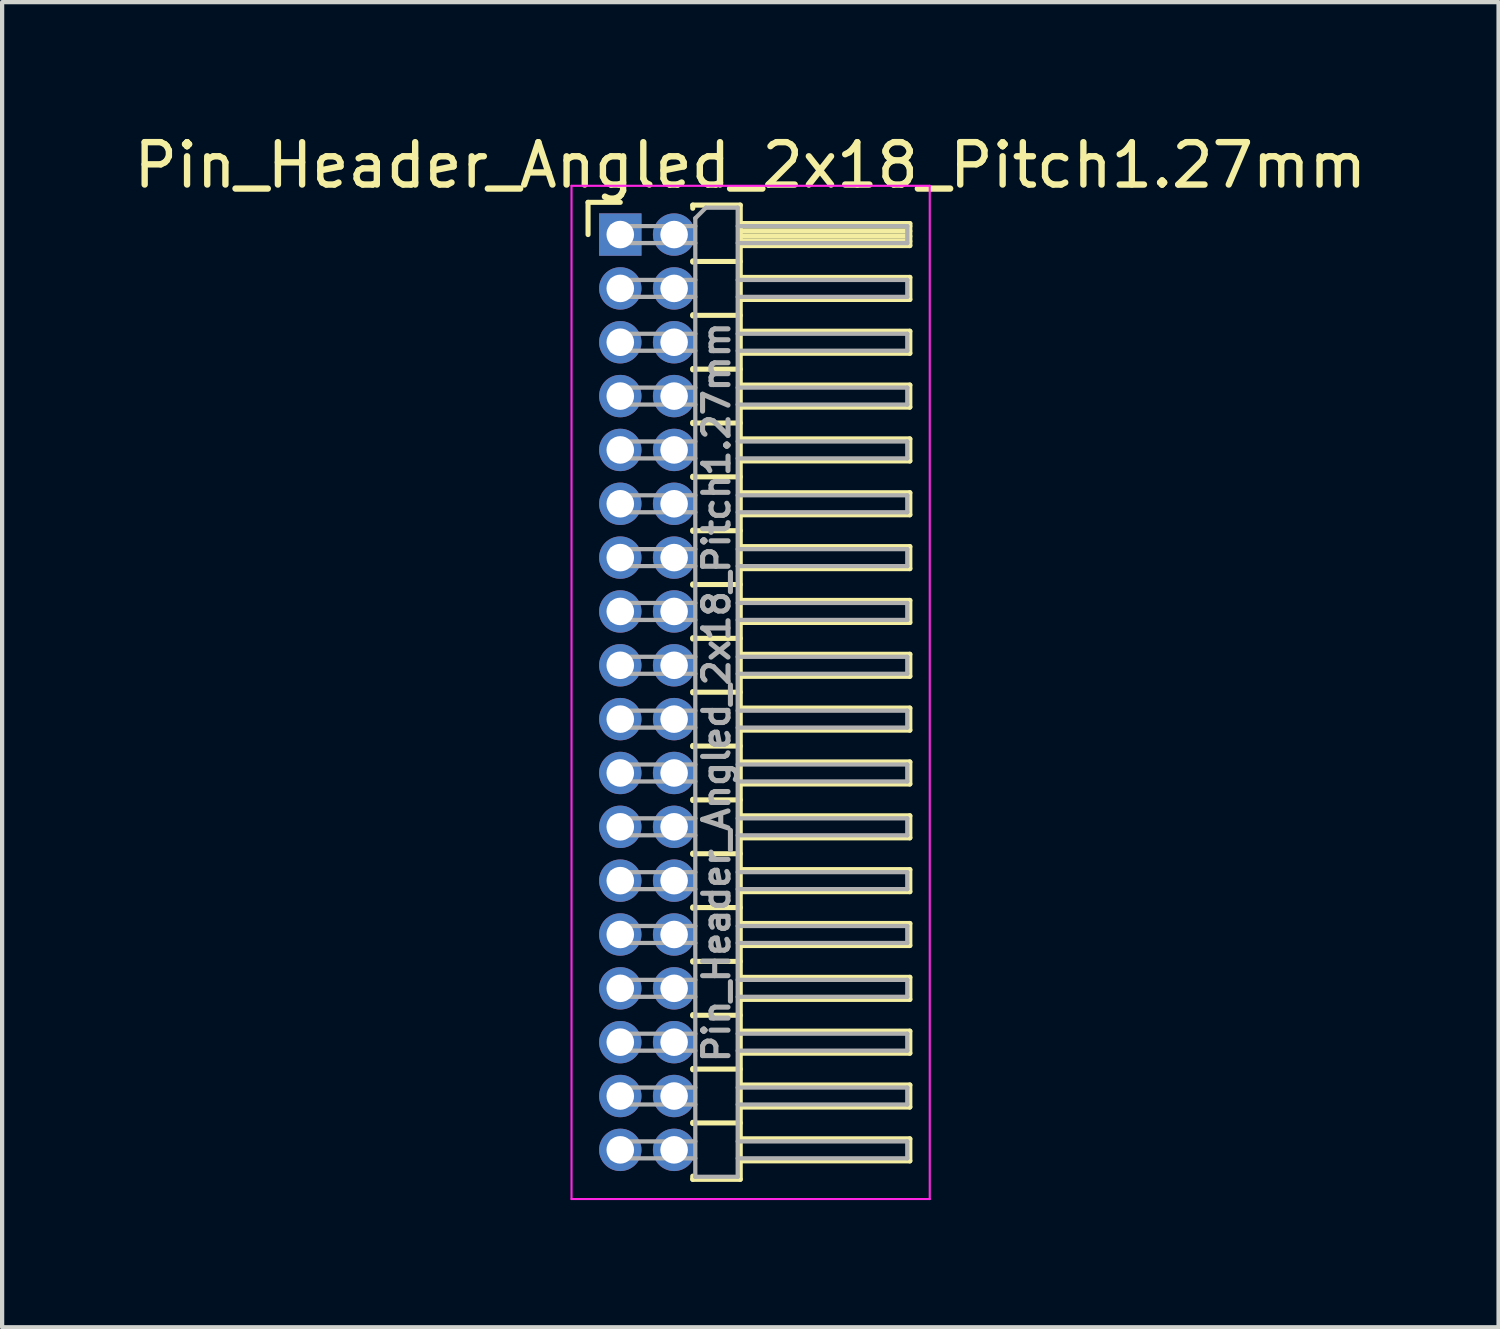
<source format=kicad_pcb>
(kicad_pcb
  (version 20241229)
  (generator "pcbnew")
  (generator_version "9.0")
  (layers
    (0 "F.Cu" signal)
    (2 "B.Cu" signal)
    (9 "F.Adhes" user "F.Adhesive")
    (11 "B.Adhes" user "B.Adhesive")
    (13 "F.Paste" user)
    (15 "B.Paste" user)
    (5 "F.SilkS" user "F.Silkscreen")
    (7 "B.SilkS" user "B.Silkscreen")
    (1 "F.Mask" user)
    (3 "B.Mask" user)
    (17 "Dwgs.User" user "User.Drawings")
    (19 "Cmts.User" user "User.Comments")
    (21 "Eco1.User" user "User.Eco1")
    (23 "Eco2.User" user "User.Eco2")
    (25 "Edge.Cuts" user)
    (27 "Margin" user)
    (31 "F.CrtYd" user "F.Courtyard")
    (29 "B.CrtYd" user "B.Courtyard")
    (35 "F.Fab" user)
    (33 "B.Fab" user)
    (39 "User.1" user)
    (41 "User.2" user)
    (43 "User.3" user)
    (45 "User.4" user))
  (footprint "Pin_Header_Angled_2x18_Pitch1.27mm"
    (layer "F.Cu")
    (at 11.581 2.483)
    (property "Reference" "Pin_Header_Angled_2x18_Pitch1.27mm" (at 3.067 -1.635 0) (layer "F.SilkS") (effects (font (size 1 1) (thickness 0.15))))
    (attr through_hole)
    (fp_line (start -0.76 -0.76) (end 0 -0.76) (stroke (width 0.12) (type solid)) (layer "F.SilkS"))
    (fp_line (start -0.76 0) (end -0.76 -0.76) (stroke (width 0.12) (type solid)) (layer "F.SilkS"))
    (fp_line (start 1.71 -0.695) (end 2.83 -0.695) (stroke (width 0.12) (type solid)) (layer "F.SilkS"))
    (fp_line (start 1.71 -0.62) (end 1.71 -0.695) (stroke (width 0.12) (type solid)) (layer "F.SilkS"))
    (fp_line (start 1.71 0.62) (end 1.71 0.65) (stroke (width 0.12) (type solid)) (layer "F.SilkS"))
    (fp_line (start 1.71 0.635) (end 2.83 0.635) (stroke (width 0.12) (type solid)) (layer "F.SilkS"))
    (fp_line (start 1.71 1.89) (end 1.71 1.92) (stroke (width 0.12) (type solid)) (layer "F.SilkS"))
    (fp_line (start 1.71 1.905) (end 2.83 1.905) (stroke (width 0.12) (type solid)) (layer "F.SilkS"))
    (fp_line (start 1.71 3.16) (end 1.71 3.19) (stroke (width 0.12) (type solid)) (layer "F.SilkS"))
    (fp_line (start 1.71 3.175) (end 2.83 3.175) (stroke (width 0.12) (type solid)) (layer "F.SilkS"))
    (fp_line (start 1.71 4.43) (end 1.71 4.46) (stroke (width 0.12) (type solid)) (layer "F.SilkS"))
    (fp_line (start 1.71 4.445) (end 2.83 4.445) (stroke (width 0.12) (type solid)) (layer "F.SilkS"))
    (fp_line (start 1.71 5.7) (end 1.71 5.73) (stroke (width 0.12) (type solid)) (layer "F.SilkS"))
    (fp_line (start 1.71 5.715) (end 2.83 5.715) (stroke (width 0.12) (type solid)) (layer "F.SilkS"))
    (fp_line (start 1.71 6.97) (end 1.71 7) (stroke (width 0.12) (type solid)) (layer "F.SilkS"))
    (fp_line (start 1.71 6.985) (end 2.83 6.985) (stroke (width 0.12) (type solid)) (layer "F.SilkS"))
    (fp_line (start 1.71 8.24) (end 1.71 8.27) (stroke (width 0.12) (type solid)) (layer "F.SilkS"))
    (fp_line (start 1.71 8.255) (end 2.83 8.255) (stroke (width 0.12) (type solid)) (layer "F.SilkS"))
    (fp_line (start 1.71 9.51) (end 1.71 9.54) (stroke (width 0.12) (type solid)) (layer "F.SilkS"))
    (fp_line (start 1.71 9.525) (end 2.83 9.525) (stroke (width 0.12) (type solid)) (layer "F.SilkS"))
    (fp_line (start 1.71 10.78) (end 1.71 10.81) (stroke (width 0.12) (type solid)) (layer "F.SilkS"))
    (fp_line (start 1.71 10.795) (end 2.83 10.795) (stroke (width 0.12) (type solid)) (layer "F.SilkS"))
    (fp_line (start 1.71 12.05) (end 1.71 12.08) (stroke (width 0.12) (type solid)) (layer "F.SilkS"))
    (fp_line (start 1.71 12.065) (end 2.83 12.065) (stroke (width 0.12) (type solid)) (layer "F.SilkS"))
    (fp_line (start 1.71 13.32) (end 1.71 13.35) (stroke (width 0.12) (type solid)) (layer "F.SilkS"))
    (fp_line (start 1.71 13.335) (end 2.83 13.335) (stroke (width 0.12) (type solid)) (layer "F.SilkS"))
    (fp_line (start 1.71 14.59) (end 1.71 14.62) (stroke (width 0.12) (type solid)) (layer "F.SilkS"))
    (fp_line (start 1.71 14.605) (end 2.83 14.605) (stroke (width 0.12) (type solid)) (layer "F.SilkS"))
    (fp_line (start 1.71 15.86) (end 1.71 15.89) (stroke (width 0.12) (type solid)) (layer "F.SilkS"))
    (fp_line (start 1.71 15.875) (end 2.83 15.875) (stroke (width 0.12) (type solid)) (layer "F.SilkS"))
    (fp_line (start 1.71 17.13) (end 1.71 17.16) (stroke (width 0.12) (type solid)) (layer "F.SilkS"))
    (fp_line (start 1.71 17.145) (end 2.83 17.145) (stroke (width 0.12) (type solid)) (layer "F.SilkS"))
    (fp_line (start 1.71 18.4) (end 1.71 18.43) (stroke (width 0.12) (type solid)) (layer "F.SilkS"))
    (fp_line (start 1.71 18.415) (end 2.83 18.415) (stroke (width 0.12) (type solid)) (layer "F.SilkS"))
    (fp_line (start 1.71 19.67) (end 1.71 19.7) (stroke (width 0.12) (type solid)) (layer "F.SilkS"))
    (fp_line (start 1.71 19.685) (end 2.83 19.685) (stroke (width 0.12) (type solid)) (layer "F.SilkS"))
    (fp_line (start 1.71 20.94) (end 1.71 20.97) (stroke (width 0.12) (type solid)) (layer "F.SilkS"))
    (fp_line (start 1.71 20.955) (end 2.83 20.955) (stroke (width 0.12) (type solid)) (layer "F.SilkS"))
    (fp_line (start 1.71 22.285) (end 1.71 22.21) (stroke (width 0.12) (type solid)) (layer "F.SilkS"))
    (fp_line (start 2.83 -0.695) (end 2.83 22.285) (stroke (width 0.12) (type solid)) (layer "F.SilkS"))
    (fp_line (start 2.83 -0.26) (end 6.83 -0.26) (stroke (width 0.12) (type solid)) (layer "F.SilkS"))
    (fp_line (start 2.83 -0.2) (end 6.83 -0.2) (stroke (width 0.12) (type solid)) (layer "F.SilkS"))
    (fp_line (start 2.83 -0.08) (end 6.83 -0.08) (stroke (width 0.12) (type solid)) (layer "F.SilkS"))
    (fp_line (start 2.83 0.04) (end 6.83 0.04) (stroke (width 0.12) (type solid)) (layer "F.SilkS"))
    (fp_line (start 2.83 0.16) (end 6.83 0.16) (stroke (width 0.12) (type solid)) (layer "F.SilkS"))
    (fp_line (start 2.83 1.01) (end 6.83 1.01) (stroke (width 0.12) (type solid)) (layer "F.SilkS"))
    (fp_line (start 2.83 2.28) (end 6.83 2.28) (stroke (width 0.12) (type solid)) (layer "F.SilkS"))
    (fp_line (start 2.83 3.55) (end 6.83 3.55) (stroke (width 0.12) (type solid)) (layer "F.SilkS"))
    (fp_line (start 2.83 4.82) (end 6.83 4.82) (stroke (width 0.12) (type solid)) (layer "F.SilkS"))
    (fp_line (start 2.83 6.09) (end 6.83 6.09) (stroke (width 0.12) (type solid)) (layer "F.SilkS"))
    (fp_line (start 2.83 7.36) (end 6.83 7.36) (stroke (width 0.12) (type solid)) (layer "F.SilkS"))
    (fp_line (start 2.83 8.63) (end 6.83 8.63) (stroke (width 0.12) (type solid)) (layer "F.SilkS"))
    (fp_line (start 2.83 9.9) (end 6.83 9.9) (stroke (width 0.12) (type solid)) (layer "F.SilkS"))
    (fp_line (start 2.83 11.17) (end 6.83 11.17) (stroke (width 0.12) (type solid)) (layer "F.SilkS"))
    (fp_line (start 2.83 12.44) (end 6.83 12.44) (stroke (width 0.12) (type solid)) (layer "F.SilkS"))
    (fp_line (start 2.83 13.71) (end 6.83 13.71) (stroke (width 0.12) (type solid)) (layer "F.SilkS"))
    (fp_line (start 2.83 14.98) (end 6.83 14.98) (stroke (width 0.12) (type solid)) (layer "F.SilkS"))
    (fp_line (start 2.83 16.25) (end 6.83 16.25) (stroke (width 0.12) (type solid)) (layer "F.SilkS"))
    (fp_line (start 2.83 17.52) (end 6.83 17.52) (stroke (width 0.12) (type solid)) (layer "F.SilkS"))
    (fp_line (start 2.83 18.79) (end 6.83 18.79) (stroke (width 0.12) (type solid)) (layer "F.SilkS"))
    (fp_line (start 2.83 20.06) (end 6.83 20.06) (stroke (width 0.12) (type solid)) (layer "F.SilkS"))
    (fp_line (start 2.83 21.33) (end 6.83 21.33) (stroke (width 0.12) (type solid)) (layer "F.SilkS"))
    (fp_line (start 2.83 22.285) (end 1.71 22.285) (stroke (width 0.12) (type solid)) (layer "F.SilkS"))
    (fp_line (start 6.83 -0.26) (end 6.83 0.26) (stroke (width 0.12) (type solid)) (layer "F.SilkS"))
    (fp_line (start 6.83 0.26) (end 2.83 0.26) (stroke (width 0.12) (type solid)) (layer "F.SilkS"))
    (fp_line (start 6.83 1.01) (end 6.83 1.53) (stroke (width 0.12) (type solid)) (layer "F.SilkS"))
    (fp_line (start 6.83 1.53) (end 2.83 1.53) (stroke (width 0.12) (type solid)) (layer "F.SilkS"))
    (fp_line (start 6.83 2.28) (end 6.83 2.8) (stroke (width 0.12) (type solid)) (layer "F.SilkS"))
    (fp_line (start 6.83 2.8) (end 2.83 2.8) (stroke (width 0.12) (type solid)) (layer "F.SilkS"))
    (fp_line (start 6.83 3.55) (end 6.83 4.07) (stroke (width 0.12) (type solid)) (layer "F.SilkS"))
    (fp_line (start 6.83 4.07) (end 2.83 4.07) (stroke (width 0.12) (type solid)) (layer "F.SilkS"))
    (fp_line (start 6.83 4.82) (end 6.83 5.34) (stroke (width 0.12) (type solid)) (layer "F.SilkS"))
    (fp_line (start 6.83 5.34) (end 2.83 5.34) (stroke (width 0.12) (type solid)) (layer "F.SilkS"))
    (fp_line (start 6.83 6.09) (end 6.83 6.61) (stroke (width 0.12) (type solid)) (layer "F.SilkS"))
    (fp_line (start 6.83 6.61) (end 2.83 6.61) (stroke (width 0.12) (type solid)) (layer "F.SilkS"))
    (fp_line (start 6.83 7.36) (end 6.83 7.88) (stroke (width 0.12) (type solid)) (layer "F.SilkS"))
    (fp_line (start 6.83 7.88) (end 2.83 7.88) (stroke (width 0.12) (type solid)) (layer "F.SilkS"))
    (fp_line (start 6.83 8.63) (end 6.83 9.15) (stroke (width 0.12) (type solid)) (layer "F.SilkS"))
    (fp_line (start 6.83 9.15) (end 2.83 9.15) (stroke (width 0.12) (type solid)) (layer "F.SilkS"))
    (fp_line (start 6.83 9.9) (end 6.83 10.42) (stroke (width 0.12) (type solid)) (layer "F.SilkS"))
    (fp_line (start 6.83 10.42) (end 2.83 10.42) (stroke (width 0.12) (type solid)) (layer "F.SilkS"))
    (fp_line (start 6.83 11.17) (end 6.83 11.69) (stroke (width 0.12) (type solid)) (layer "F.SilkS"))
    (fp_line (start 6.83 11.69) (end 2.83 11.69) (stroke (width 0.12) (type solid)) (layer "F.SilkS"))
    (fp_line (start 6.83 12.44) (end 6.83 12.96) (stroke (width 0.12) (type solid)) (layer "F.SilkS"))
    (fp_line (start 6.83 12.96) (end 2.83 12.96) (stroke (width 0.12) (type solid)) (layer "F.SilkS"))
    (fp_line (start 6.83 13.71) (end 6.83 14.23) (stroke (width 0.12) (type solid)) (layer "F.SilkS"))
    (fp_line (start 6.83 14.23) (end 2.83 14.23) (stroke (width 0.12) (type solid)) (layer "F.SilkS"))
    (fp_line (start 6.83 14.98) (end 6.83 15.5) (stroke (width 0.12) (type solid)) (layer "F.SilkS"))
    (fp_line (start 6.83 15.5) (end 2.83 15.5) (stroke (width 0.12) (type solid)) (layer "F.SilkS"))
    (fp_line (start 6.83 16.25) (end 6.83 16.77) (stroke (width 0.12) (type solid)) (layer "F.SilkS"))
    (fp_line (start 6.83 16.77) (end 2.83 16.77) (stroke (width 0.12) (type solid)) (layer "F.SilkS"))
    (fp_line (start 6.83 17.52) (end 6.83 18.04) (stroke (width 0.12) (type solid)) (layer "F.SilkS"))
    (fp_line (start 6.83 18.04) (end 2.83 18.04) (stroke (width 0.12) (type solid)) (layer "F.SilkS"))
    (fp_line (start 6.83 18.79) (end 6.83 19.31) (stroke (width 0.12) (type solid)) (layer "F.SilkS"))
    (fp_line (start 6.83 19.31) (end 2.83 19.31) (stroke (width 0.12) (type solid)) (layer "F.SilkS"))
    (fp_line (start 6.83 20.06) (end 6.83 20.58) (stroke (width 0.12) (type solid)) (layer "F.SilkS"))
    (fp_line (start 6.83 20.58) (end 2.83 20.58) (stroke (width 0.12) (type solid)) (layer "F.SilkS"))
    (fp_line (start 6.83 21.33) (end 6.83 21.85) (stroke (width 0.12) (type solid)) (layer "F.SilkS"))
    (fp_line (start 6.83 21.85) (end 2.83 21.85) (stroke (width 0.12) (type solid)) (layer "F.SilkS"))
    (fp_line (start -1.15 -1.15) (end -1.15 22.75) (stroke (width 0.05) (type solid)) (layer "F.CrtYd"))
    (fp_line (start -1.15 22.75) (end 7.3 22.75) (stroke (width 0.05) (type solid)) (layer "F.CrtYd"))
    (fp_line (start 7.3 -1.15) (end -1.15 -1.15) (stroke (width 0.05) (type solid)) (layer "F.CrtYd"))
    (fp_line (start 7.3 22.75) (end 7.3 -1.15) (stroke (width 0.05) (type solid)) (layer "F.CrtYd"))
    (fp_line (start -0.2 -0.2) (end -0.2 0.2) (stroke (width 0.1) (type solid)) (layer "F.Fab"))
    (fp_line (start -0.2 -0.2) (end 1.77 -0.2) (stroke (width 0.1) (type solid)) (layer "F.Fab"))
    (fp_line (start -0.2 0.2) (end 1.77 0.2) (stroke (width 0.1) (type solid)) (layer "F.Fab"))
    (fp_line (start -0.2 1.07) (end -0.2 1.47) (stroke (width 0.1) (type solid)) (layer "F.Fab"))
    (fp_line (start -0.2 1.07) (end 1.77 1.07) (stroke (width 0.1) (type solid)) (layer "F.Fab"))
    (fp_line (start -0.2 1.47) (end 1.77 1.47) (stroke (width 0.1) (type solid)) (layer "F.Fab"))
    (fp_line (start -0.2 2.34) (end -0.2 2.74) (stroke (width 0.1) (type solid)) (layer "F.Fab"))
    (fp_line (start -0.2 2.34) (end 1.77 2.34) (stroke (width 0.1) (type solid)) (layer "F.Fab"))
    (fp_line (start -0.2 2.74) (end 1.77 2.74) (stroke (width 0.1) (type solid)) (layer "F.Fab"))
    (fp_line (start -0.2 3.61) (end -0.2 4.01) (stroke (width 0.1) (type solid)) (layer "F.Fab"))
    (fp_line (start -0.2 3.61) (end 1.77 3.61) (stroke (width 0.1) (type solid)) (layer "F.Fab"))
    (fp_line (start -0.2 4.01) (end 1.77 4.01) (stroke (width 0.1) (type solid)) (layer "F.Fab"))
    (fp_line (start -0.2 4.88) (end -0.2 5.28) (stroke (width 0.1) (type solid)) (layer "F.Fab"))
    (fp_line (start -0.2 4.88) (end 1.77 4.88) (stroke (width 0.1) (type solid)) (layer "F.Fab"))
    (fp_line (start -0.2 5.28) (end 1.77 5.28) (stroke (width 0.1) (type solid)) (layer "F.Fab"))
    (fp_line (start -0.2 6.15) (end -0.2 6.55) (stroke (width 0.1) (type solid)) (layer "F.Fab"))
    (fp_line (start -0.2 6.15) (end 1.77 6.15) (stroke (width 0.1) (type solid)) (layer "F.Fab"))
    (fp_line (start -0.2 6.55) (end 1.77 6.55) (stroke (width 0.1) (type solid)) (layer "F.Fab"))
    (fp_line (start -0.2 7.42) (end -0.2 7.82) (stroke (width 0.1) (type solid)) (layer "F.Fab"))
    (fp_line (start -0.2 7.42) (end 1.77 7.42) (stroke (width 0.1) (type solid)) (layer "F.Fab"))
    (fp_line (start -0.2 7.82) (end 1.77 7.82) (stroke (width 0.1) (type solid)) (layer "F.Fab"))
    (fp_line (start -0.2 8.69) (end -0.2 9.09) (stroke (width 0.1) (type solid)) (layer "F.Fab"))
    (fp_line (start -0.2 8.69) (end 1.77 8.69) (stroke (width 0.1) (type solid)) (layer "F.Fab"))
    (fp_line (start -0.2 9.09) (end 1.77 9.09) (stroke (width 0.1) (type solid)) (layer "F.Fab"))
    (fp_line (start -0.2 9.96) (end -0.2 10.36) (stroke (width 0.1) (type solid)) (layer "F.Fab"))
    (fp_line (start -0.2 9.96) (end 1.77 9.96) (stroke (width 0.1) (type solid)) (layer "F.Fab"))
    (fp_line (start -0.2 10.36) (end 1.77 10.36) (stroke (width 0.1) (type solid)) (layer "F.Fab"))
    (fp_line (start -0.2 11.23) (end -0.2 11.63) (stroke (width 0.1) (type solid)) (layer "F.Fab"))
    (fp_line (start -0.2 11.23) (end 1.77 11.23) (stroke (width 0.1) (type solid)) (layer "F.Fab"))
    (fp_line (start -0.2 11.63) (end 1.77 11.63) (stroke (width 0.1) (type solid)) (layer "F.Fab"))
    (fp_line (start -0.2 12.5) (end -0.2 12.9) (stroke (width 0.1) (type solid)) (layer "F.Fab"))
    (fp_line (start -0.2 12.5) (end 1.77 12.5) (stroke (width 0.1) (type solid)) (layer "F.Fab"))
    (fp_line (start -0.2 12.9) (end 1.77 12.9) (stroke (width 0.1) (type solid)) (layer "F.Fab"))
    (fp_line (start -0.2 13.77) (end -0.2 14.17) (stroke (width 0.1) (type solid)) (layer "F.Fab"))
    (fp_line (start -0.2 13.77) (end 1.77 13.77) (stroke (width 0.1) (type solid)) (layer "F.Fab"))
    (fp_line (start -0.2 14.17) (end 1.77 14.17) (stroke (width 0.1) (type solid)) (layer "F.Fab"))
    (fp_line (start -0.2 15.04) (end -0.2 15.44) (stroke (width 0.1) (type solid)) (layer "F.Fab"))
    (fp_line (start -0.2 15.04) (end 1.77 15.04) (stroke (width 0.1) (type solid)) (layer "F.Fab"))
    (fp_line (start -0.2 15.44) (end 1.77 15.44) (stroke (width 0.1) (type solid)) (layer "F.Fab"))
    (fp_line (start -0.2 16.31) (end -0.2 16.71) (stroke (width 0.1) (type solid)) (layer "F.Fab"))
    (fp_line (start -0.2 16.31) (end 1.77 16.31) (stroke (width 0.1) (type solid)) (layer "F.Fab"))
    (fp_line (start -0.2 16.71) (end 1.77 16.71) (stroke (width 0.1) (type solid)) (layer "F.Fab"))
    (fp_line (start -0.2 17.58) (end -0.2 17.98) (stroke (width 0.1) (type solid)) (layer "F.Fab"))
    (fp_line (start -0.2 17.58) (end 1.77 17.58) (stroke (width 0.1) (type solid)) (layer "F.Fab"))
    (fp_line (start -0.2 17.98) (end 1.77 17.98) (stroke (width 0.1) (type solid)) (layer "F.Fab"))
    (fp_line (start -0.2 18.85) (end -0.2 19.25) (stroke (width 0.1) (type solid)) (layer "F.Fab"))
    (fp_line (start -0.2 18.85) (end 1.77 18.85) (stroke (width 0.1) (type solid)) (layer "F.Fab"))
    (fp_line (start -0.2 19.25) (end 1.77 19.25) (stroke (width 0.1) (type solid)) (layer "F.Fab"))
    (fp_line (start -0.2 20.12) (end -0.2 20.52) (stroke (width 0.1) (type solid)) (layer "F.Fab"))
    (fp_line (start -0.2 20.12) (end 1.77 20.12) (stroke (width 0.1) (type solid)) (layer "F.Fab"))
    (fp_line (start -0.2 20.52) (end 1.77 20.52) (stroke (width 0.1) (type solid)) (layer "F.Fab"))
    (fp_line (start -0.2 21.39) (end -0.2 21.79) (stroke (width 0.1) (type solid)) (layer "F.Fab"))
    (fp_line (start -0.2 21.39) (end 1.77 21.39) (stroke (width 0.1) (type solid)) (layer "F.Fab"))
    (fp_line (start -0.2 21.79) (end 1.77 21.79) (stroke (width 0.1) (type solid)) (layer "F.Fab"))
    (fp_line (start 1.77 -0.385) (end 2.02 -0.635) (stroke (width 0.1) (type solid)) (layer "F.Fab"))
    (fp_line (start 1.77 22.225) (end 1.77 -0.385) (stroke (width 0.1) (type solid)) (layer "F.Fab"))
    (fp_line (start 2.02 -0.635) (end 2.77 -0.635) (stroke (width 0.1) (type solid)) (layer "F.Fab"))
    (fp_line (start 2.77 -0.635) (end 2.77 22.225) (stroke (width 0.1) (type solid)) (layer "F.Fab"))
    (fp_line (start 2.77 -0.2) (end 6.77 -0.2) (stroke (width 0.1) (type solid)) (layer "F.Fab"))
    (fp_line (start 2.77 0.2) (end 6.77 0.2) (stroke (width 0.1) (type solid)) (layer "F.Fab"))
    (fp_line (start 2.77 1.07) (end 6.77 1.07) (stroke (width 0.1) (type solid)) (layer "F.Fab"))
    (fp_line (start 2.77 1.47) (end 6.77 1.47) (stroke (width 0.1) (type solid)) (layer "F.Fab"))
    (fp_line (start 2.77 2.34) (end 6.77 2.34) (stroke (width 0.1) (type solid)) (layer "F.Fab"))
    (fp_line (start 2.77 2.74) (end 6.77 2.74) (stroke (width 0.1) (type solid)) (layer "F.Fab"))
    (fp_line (start 2.77 3.61) (end 6.77 3.61) (stroke (width 0.1) (type solid)) (layer "F.Fab"))
    (fp_line (start 2.77 4.01) (end 6.77 4.01) (stroke (width 0.1) (type solid)) (layer "F.Fab"))
    (fp_line (start 2.77 4.88) (end 6.77 4.88) (stroke (width 0.1) (type solid)) (layer "F.Fab"))
    (fp_line (start 2.77 5.28) (end 6.77 5.28) (stroke (width 0.1) (type solid)) (layer "F.Fab"))
    (fp_line (start 2.77 6.15) (end 6.77 6.15) (stroke (width 0.1) (type solid)) (layer "F.Fab"))
    (fp_line (start 2.77 6.55) (end 6.77 6.55) (stroke (width 0.1) (type solid)) (layer "F.Fab"))
    (fp_line (start 2.77 7.42) (end 6.77 7.42) (stroke (width 0.1) (type solid)) (layer "F.Fab"))
    (fp_line (start 2.77 7.82) (end 6.77 7.82) (stroke (width 0.1) (type solid)) (layer "F.Fab"))
    (fp_line (start 2.77 8.69) (end 6.77 8.69) (stroke (width 0.1) (type solid)) (layer "F.Fab"))
    (fp_line (start 2.77 9.09) (end 6.77 9.09) (stroke (width 0.1) (type solid)) (layer "F.Fab"))
    (fp_line (start 2.77 9.96) (end 6.77 9.96) (stroke (width 0.1) (type solid)) (layer "F.Fab"))
    (fp_line (start 2.77 10.36) (end 6.77 10.36) (stroke (width 0.1) (type solid)) (layer "F.Fab"))
    (fp_line (start 2.77 11.23) (end 6.77 11.23) (stroke (width 0.1) (type solid)) (layer "F.Fab"))
    (fp_line (start 2.77 11.63) (end 6.77 11.63) (stroke (width 0.1) (type solid)) (layer "F.Fab"))
    (fp_line (start 2.77 12.5) (end 6.77 12.5) (stroke (width 0.1) (type solid)) (layer "F.Fab"))
    (fp_line (start 2.77 12.9) (end 6.77 12.9) (stroke (width 0.1) (type solid)) (layer "F.Fab"))
    (fp_line (start 2.77 13.77) (end 6.77 13.77) (stroke (width 0.1) (type solid)) (layer "F.Fab"))
    (fp_line (start 2.77 14.17) (end 6.77 14.17) (stroke (width 0.1) (type solid)) (layer "F.Fab"))
    (fp_line (start 2.77 15.04) (end 6.77 15.04) (stroke (width 0.1) (type solid)) (layer "F.Fab"))
    (fp_line (start 2.77 15.44) (end 6.77 15.44) (stroke (width 0.1) (type solid)) (layer "F.Fab"))
    (fp_line (start 2.77 16.31) (end 6.77 16.31) (stroke (width 0.1) (type solid)) (layer "F.Fab"))
    (fp_line (start 2.77 16.71) (end 6.77 16.71) (stroke (width 0.1) (type solid)) (layer "F.Fab"))
    (fp_line (start 2.77 17.58) (end 6.77 17.58) (stroke (width 0.1) (type solid)) (layer "F.Fab"))
    (fp_line (start 2.77 17.98) (end 6.77 17.98) (stroke (width 0.1) (type solid)) (layer "F.Fab"))
    (fp_line (start 2.77 18.85) (end 6.77 18.85) (stroke (width 0.1) (type solid)) (layer "F.Fab"))
    (fp_line (start 2.77 19.25) (end 6.77 19.25) (stroke (width 0.1) (type solid)) (layer "F.Fab"))
    (fp_line (start 2.77 20.12) (end 6.77 20.12) (stroke (width 0.1) (type solid)) (layer "F.Fab"))
    (fp_line (start 2.77 20.52) (end 6.77 20.52) (stroke (width 0.1) (type solid)) (layer "F.Fab"))
    (fp_line (start 2.77 21.39) (end 6.77 21.39) (stroke (width 0.1) (type solid)) (layer "F.Fab"))
    (fp_line (start 2.77 21.79) (end 6.77 21.79) (stroke (width 0.1) (type solid)) (layer "F.Fab"))
    (fp_line (start 2.77 22.225) (end 1.77 22.225) (stroke (width 0.1) (type solid)) (layer "F.Fab"))
    (fp_line (start 6.77 -0.2) (end 6.77 0.2) (stroke (width 0.1) (type solid)) (layer "F.Fab"))
    (fp_line (start 6.77 1.07) (end 6.77 1.47) (stroke (width 0.1) (type solid)) (layer "F.Fab"))
    (fp_line (start 6.77 2.34) (end 6.77 2.74) (stroke (width 0.1) (type solid)) (layer "F.Fab"))
    (fp_line (start 6.77 3.61) (end 6.77 4.01) (stroke (width 0.1) (type solid)) (layer "F.Fab"))
    (fp_line (start 6.77 4.88) (end 6.77 5.28) (stroke (width 0.1) (type solid)) (layer "F.Fab"))
    (fp_line (start 6.77 6.15) (end 6.77 6.55) (stroke (width 0.1) (type solid)) (layer "F.Fab"))
    (fp_line (start 6.77 7.42) (end 6.77 7.82) (stroke (width 0.1) (type solid)) (layer "F.Fab"))
    (fp_line (start 6.77 8.69) (end 6.77 9.09) (stroke (width 0.1) (type solid)) (layer "F.Fab"))
    (fp_line (start 6.77 9.96) (end 6.77 10.36) (stroke (width 0.1) (type solid)) (layer "F.Fab"))
    (fp_line (start 6.77 11.23) (end 6.77 11.63) (stroke (width 0.1) (type solid)) (layer "F.Fab"))
    (fp_line (start 6.77 12.5) (end 6.77 12.9) (stroke (width 0.1) (type solid)) (layer "F.Fab"))
    (fp_line (start 6.77 13.77) (end 6.77 14.17) (stroke (width 0.1) (type solid)) (layer "F.Fab"))
    (fp_line (start 6.77 15.04) (end 6.77 15.44) (stroke (width 0.1) (type solid)) (layer "F.Fab"))
    (fp_line (start 6.77 16.31) (end 6.77 16.71) (stroke (width 0.1) (type solid)) (layer "F.Fab"))
    (fp_line (start 6.77 17.58) (end 6.77 17.98) (stroke (width 0.1) (type solid)) (layer "F.Fab"))
    (fp_line (start 6.77 18.85) (end 6.77 19.25) (stroke (width 0.1) (type solid)) (layer "F.Fab"))
    (fp_line (start 6.77 20.12) (end 6.77 20.52) (stroke (width 0.1) (type solid)) (layer "F.Fab"))
    (fp_line (start 6.77 21.39) (end 6.77 21.79) (stroke (width 0.1) (type solid)) (layer "F.Fab"))
    (fp_text user "${REFERENCE}" (at 2.27 10.795 90) (layer "F.Fab") (effects (font (size 0.6 0.6) (thickness 0.12))))
    (pad "1" thru_hole rect (at 0 0) (size 1 1) (drill 0.65) (layers "*.Cu" "*.Mask"))
    (pad "2" thru_hole oval (at 1.27 0) (size 1 1) (drill 0.65) (layers "*.Cu" "*.Mask"))
    (pad "3" thru_hole oval (at 0 1.27) (size 1 1) (drill 0.65) (layers "*.Cu" "*.Mask"))
    (pad "4" thru_hole oval (at 1.27 1.27) (size 1 1) (drill 0.65) (layers "*.Cu" "*.Mask"))
    (pad "5" thru_hole oval (at 0 2.54) (size 1 1) (drill 0.65) (layers "*.Cu" "*.Mask"))
    (pad "6" thru_hole oval (at 1.27 2.54) (size 1 1) (drill 0.65) (layers "*.Cu" "*.Mask"))
    (pad "7" thru_hole oval (at 0 3.81) (size 1 1) (drill 0.65) (layers "*.Cu" "*.Mask"))
    (pad "8" thru_hole oval (at 1.27 3.81) (size 1 1) (drill 0.65) (layers "*.Cu" "*.Mask"))
    (pad "9" thru_hole oval (at 0 5.08) (size 1 1) (drill 0.65) (layers "*.Cu" "*.Mask"))
    (pad "10" thru_hole oval (at 1.27 5.08) (size 1 1) (drill 0.65) (layers "*.Cu" "*.Mask"))
    (pad "11" thru_hole oval (at 0 6.35) (size 1 1) (drill 0.65) (layers "*.Cu" "*.Mask"))
    (pad "12" thru_hole oval (at 1.27 6.35) (size 1 1) (drill 0.65) (layers "*.Cu" "*.Mask"))
    (pad "13" thru_hole oval (at 0 7.62) (size 1 1) (drill 0.65) (layers "*.Cu" "*.Mask"))
    (pad "14" thru_hole oval (at 1.27 7.62) (size 1 1) (drill 0.65) (layers "*.Cu" "*.Mask"))
    (pad "15" thru_hole oval (at 0 8.89) (size 1 1) (drill 0.65) (layers "*.Cu" "*.Mask"))
    (pad "16" thru_hole oval (at 1.27 8.89) (size 1 1) (drill 0.65) (layers "*.Cu" "*.Mask"))
    (pad "17" thru_hole oval (at 0 10.16) (size 1 1) (drill 0.65) (layers "*.Cu" "*.Mask"))
    (pad "18" thru_hole oval (at 1.27 10.16) (size 1 1) (drill 0.65) (layers "*.Cu" "*.Mask"))
    (pad "19" thru_hole oval (at 0 11.43) (size 1 1) (drill 0.65) (layers "*.Cu" "*.Mask"))
    (pad "20" thru_hole oval (at 1.27 11.43) (size 1 1) (drill 0.65) (layers "*.Cu" "*.Mask"))
    (pad "21" thru_hole oval (at 0 12.7) (size 1 1) (drill 0.65) (layers "*.Cu" "*.Mask"))
    (pad "22" thru_hole oval (at 1.27 12.7) (size 1 1) (drill 0.65) (layers "*.Cu" "*.Mask"))
    (pad "23" thru_hole oval (at 0 13.97) (size 1 1) (drill 0.65) (layers "*.Cu" "*.Mask"))
    (pad "24" thru_hole oval (at 1.27 13.97) (size 1 1) (drill 0.65) (layers "*.Cu" "*.Mask"))
    (pad "25" thru_hole oval (at 0 15.24) (size 1 1) (drill 0.65) (layers "*.Cu" "*.Mask"))
    (pad "26" thru_hole oval (at 1.27 15.24) (size 1 1) (drill 0.65) (layers "*.Cu" "*.Mask"))
    (pad "27" thru_hole oval (at 0 16.51) (size 1 1) (drill 0.65) (layers "*.Cu" "*.Mask"))
    (pad "28" thru_hole oval (at 1.27 16.51) (size 1 1) (drill 0.65) (layers "*.Cu" "*.Mask"))
    (pad "29" thru_hole oval (at 0 17.78) (size 1 1) (drill 0.65) (layers "*.Cu" "*.Mask"))
    (pad "30" thru_hole oval (at 1.27 17.78) (size 1 1) (drill 0.65) (layers "*.Cu" "*.Mask"))
    (pad "31" thru_hole oval (at 0 19.05) (size 1 1) (drill 0.65) (layers "*.Cu" "*.Mask"))
    (pad "32" thru_hole oval (at 1.27 19.05) (size 1 1) (drill 0.65) (layers "*.Cu" "*.Mask"))
    (pad "33" thru_hole oval (at 0 20.32) (size 1 1) (drill 0.65) (layers "*.Cu" "*.Mask"))
    (pad "34" thru_hole oval (at 1.27 20.32) (size 1 1) (drill 0.65) (layers "*.Cu" "*.Mask"))
    (pad "35" thru_hole oval (at 0 21.59) (size 1 1) (drill 0.65) (layers "*.Cu" "*.Mask"))
    (pad "36" thru_hole oval (at 1.27 21.59) (size 1 1) (drill 0.65) (layers "*.Cu" "*.Mask")))
  (gr_rect
    (start -3 -3)
    (end 32.298 28.258)
    (stroke (width 0.1) (type default))
    (fill no)
    (layer "Edge.Cuts")))
</source>
